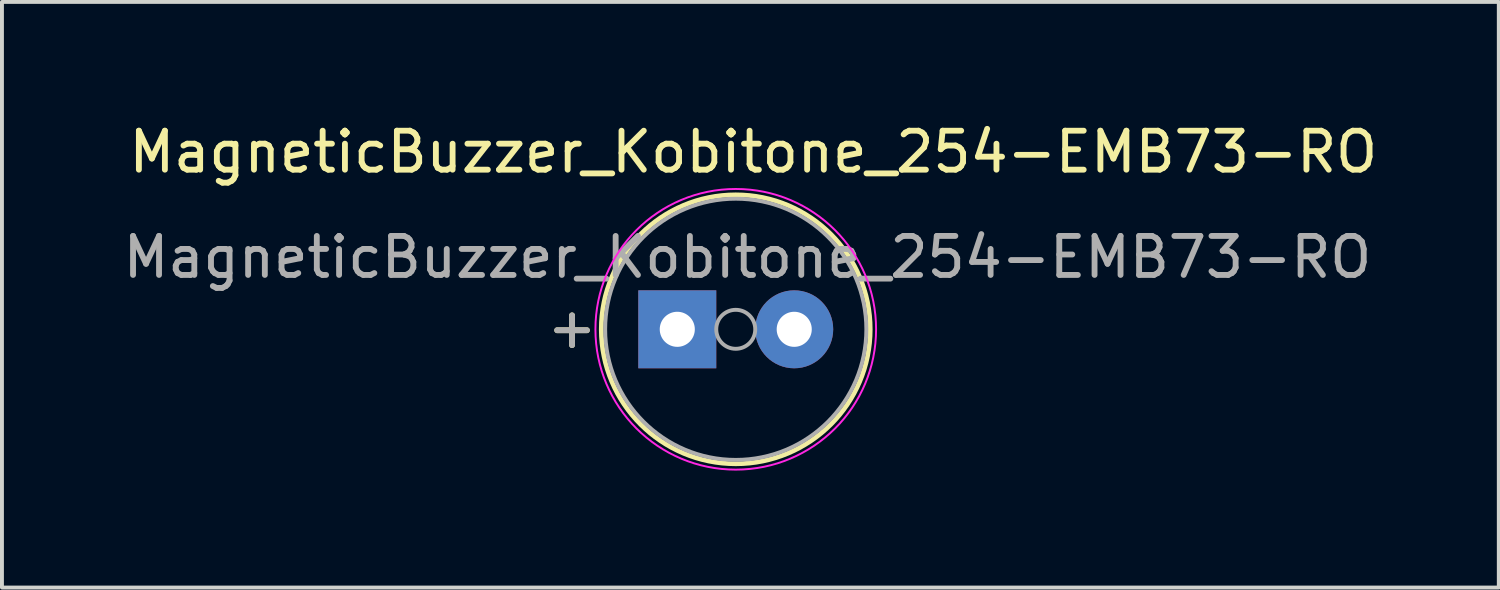
<source format=kicad_pcb>
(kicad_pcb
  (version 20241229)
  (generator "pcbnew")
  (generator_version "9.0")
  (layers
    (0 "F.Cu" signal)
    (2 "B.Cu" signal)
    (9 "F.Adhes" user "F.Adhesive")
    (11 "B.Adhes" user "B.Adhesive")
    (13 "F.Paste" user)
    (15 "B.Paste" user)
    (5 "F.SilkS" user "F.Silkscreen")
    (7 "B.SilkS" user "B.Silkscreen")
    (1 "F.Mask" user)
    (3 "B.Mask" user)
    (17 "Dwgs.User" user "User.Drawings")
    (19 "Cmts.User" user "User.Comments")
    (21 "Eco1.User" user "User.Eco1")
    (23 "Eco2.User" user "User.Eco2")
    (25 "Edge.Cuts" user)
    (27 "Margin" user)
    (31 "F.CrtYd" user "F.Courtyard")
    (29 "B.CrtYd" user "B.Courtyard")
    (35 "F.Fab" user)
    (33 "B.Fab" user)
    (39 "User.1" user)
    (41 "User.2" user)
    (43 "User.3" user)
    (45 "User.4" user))
  (footprint "MagneticBuzzer_Kobitone_254-EMB73-RO"
    (layer "F.Cu")
    (at 14.325 5.398)
    (property "Reference" "MagneticBuzzer_Kobitone_254-EMB73-RO" (at 1.95 -4.55 0) (layer "F.SilkS") (effects (font (size 1 1) (thickness 0.15))))
    (attr through_hole)
    (fp_circle (center 1.5 0) (end 4.95 0) (stroke (width 0.12) (type solid)) (fill no) (layer "F.SilkS"))
    (fp_circle (center 1.5 0) (end 5.1 0) (stroke (width 0.05) (type solid)) (fill no) (layer "F.CrtYd"))
    (fp_circle (center 1.5 0) (end 2 0) (stroke (width 0.1) (type solid)) (fill no) (layer "F.Fab"))
    (fp_circle (center 1.5 0) (end 4.85 0) (stroke (width 0.1) (type solid)) (fill no) (layer "F.Fab"))
    (fp_text user "+" (at -2.7 -0.05 0) (layer "F.SilkS") (effects (font (size 1 1) (thickness 0.15))))
    (fp_text user "${REFERENCE}" (at 1.8 -1.85 0) (layer "F.Fab") (effects (font (size 1 1) (thickness 0.15))))
    (fp_text user "+" (at -2.7 -0.05 0) (layer "F.Fab") (effects (font (size 1 1) (thickness 0.15))))
    (pad "1" thru_hole rect (at 0 0) (size 2 2) (drill 0.9) (layers "*.Cu" "*.Mask"))
    (pad "2" thru_hole circle (at 3 0) (size 2 2) (drill 0.9) (layers "*.Cu" "*.Mask")))
  (gr_rect
    (start -3 -3)
    (end 35.4 12.023)
    (stroke (width 0.1) (type default))
    (fill no)
    (layer "Edge.Cuts")))
</source>
